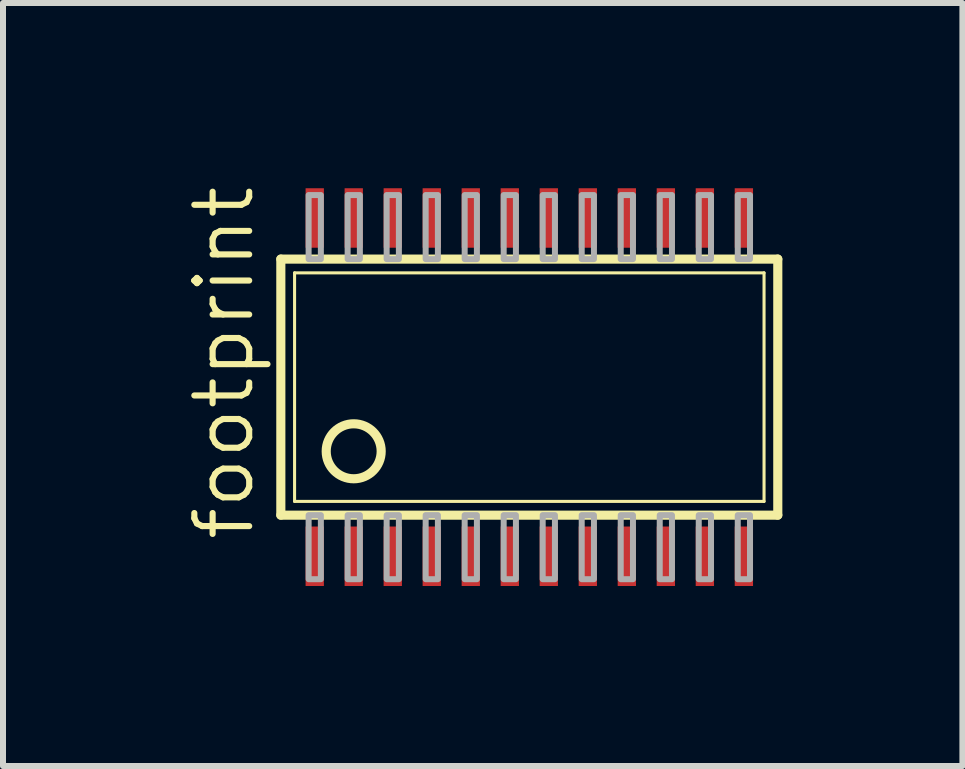
<source format=kicad_pcb>
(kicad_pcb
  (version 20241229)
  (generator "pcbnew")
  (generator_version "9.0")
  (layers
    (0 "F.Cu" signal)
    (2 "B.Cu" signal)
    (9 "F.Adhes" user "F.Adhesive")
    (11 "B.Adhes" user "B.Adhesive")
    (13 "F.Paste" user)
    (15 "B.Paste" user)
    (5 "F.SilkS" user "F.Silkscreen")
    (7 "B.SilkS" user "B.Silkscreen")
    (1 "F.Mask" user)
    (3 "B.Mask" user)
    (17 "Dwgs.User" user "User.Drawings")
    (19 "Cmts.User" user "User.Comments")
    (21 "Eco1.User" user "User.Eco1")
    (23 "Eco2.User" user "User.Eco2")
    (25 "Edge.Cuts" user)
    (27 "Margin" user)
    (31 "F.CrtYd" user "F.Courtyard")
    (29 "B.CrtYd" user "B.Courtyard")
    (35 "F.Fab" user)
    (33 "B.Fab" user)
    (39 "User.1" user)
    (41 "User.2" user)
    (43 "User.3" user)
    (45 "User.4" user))
  (footprint "footprint"
    (layer "F.Cu")
    (at 5.769 3.4)
    (property "Reference" "footprint" (at -4.55 2.6 90) (layer "F.SilkS") (effects (font (size 0.914 0.914) (thickness 0.102)) (justify left bottom)))
    (fp_line (start -4.14 2.133) (end -4.14 -2.133) (stroke (width 0.152) (type solid)) (layer "F.SilkS"))
    (fp_line (start -4.14 2.133) (end 4.14 2.133) (stroke (width 0.152) (type solid)) (layer "F.SilkS"))
    (fp_line (start -3.911 1.904) (end -3.911 -1.904) (stroke (width 0.051) (type solid)) (layer "F.SilkS"))
    (fp_line (start -3.911 1.904) (end 3.911 1.904) (stroke (width 0.051) (type solid)) (layer "F.SilkS"))
    (fp_line (start 3.911 -1.904) (end -3.911 -1.904) (stroke (width 0.051) (type solid)) (layer "F.SilkS"))
    (fp_line (start 3.911 -1.904) (end 3.911 1.904) (stroke (width 0.051) (type solid)) (layer "F.SilkS"))
    (fp_line (start 4.14 -2.133) (end -4.14 -2.133) (stroke (width 0.152) (type solid)) (layer "F.SilkS"))
    (fp_line (start 4.14 -2.133) (end 4.14 2.133) (stroke (width 0.152) (type solid)) (layer "F.SilkS"))
    (fp_circle (center -2.926 1.069) (end -2.468 1.069) (stroke (width 0.152) (type solid)) (fill no) (layer "F.SilkS"))
    (fp_poly (pts (xy -3.677 -2.133) (xy -3.473 -2.133) (xy -3.473 -3.2) (xy -3.677 -3.2)) (stroke (width 0.1) (type solid)) (fill no) (layer "F.Fab"))
    (fp_poly (pts (xy -3.677 3.2) (xy -3.473 3.2) (xy -3.473 2.133) (xy -3.677 2.133)) (stroke (width 0.1) (type solid)) (fill no) (layer "F.Fab"))
    (fp_poly (pts (xy -3.027 -2.133) (xy -2.823 -2.133) (xy -2.823 -3.2) (xy -3.027 -3.2)) (stroke (width 0.1) (type solid)) (fill no) (layer "F.Fab"))
    (fp_poly (pts (xy -3.027 3.2) (xy -2.823 3.2) (xy -2.823 2.133) (xy -3.027 2.133)) (stroke (width 0.1) (type solid)) (fill no) (layer "F.Fab"))
    (fp_poly (pts (xy -2.377 -2.133) (xy -2.173 -2.133) (xy -2.173 -3.2) (xy -2.377 -3.2)) (stroke (width 0.1) (type solid)) (fill no) (layer "F.Fab"))
    (fp_poly (pts (xy -2.377 3.2) (xy -2.173 3.2) (xy -2.173 2.133) (xy -2.377 2.133)) (stroke (width 0.1) (type solid)) (fill no) (layer "F.Fab"))
    (fp_poly (pts (xy -1.727 -2.133) (xy -1.523 -2.133) (xy -1.523 -3.2) (xy -1.727 -3.2)) (stroke (width 0.1) (type solid)) (fill no) (layer "F.Fab"))
    (fp_poly (pts (xy -1.727 3.2) (xy -1.523 3.2) (xy -1.523 2.133) (xy -1.727 2.133)) (stroke (width 0.1) (type solid)) (fill no) (layer "F.Fab"))
    (fp_poly (pts (xy -1.077 -2.133) (xy -0.873 -2.133) (xy -0.873 -3.2) (xy -1.077 -3.2)) (stroke (width 0.1) (type solid)) (fill no) (layer "F.Fab"))
    (fp_poly (pts (xy -1.077 3.2) (xy -0.873 3.2) (xy -0.873 2.133) (xy -1.077 2.133)) (stroke (width 0.1) (type solid)) (fill no) (layer "F.Fab"))
    (fp_poly (pts (xy -0.427 -2.133) (xy -0.223 -2.133) (xy -0.223 -3.2) (xy -0.427 -3.2)) (stroke (width 0.1) (type solid)) (fill no) (layer "F.Fab"))
    (fp_poly (pts (xy -0.427 3.2) (xy -0.223 3.2) (xy -0.223 2.133) (xy -0.427 2.133)) (stroke (width 0.1) (type solid)) (fill no) (layer "F.Fab"))
    (fp_poly (pts (xy 0.223 -2.133) (xy 0.427 -2.133) (xy 0.427 -3.2) (xy 0.223 -3.2)) (stroke (width 0.1) (type solid)) (fill no) (layer "F.Fab"))
    (fp_poly (pts (xy 0.223 3.2) (xy 0.427 3.2) (xy 0.427 2.133) (xy 0.223 2.133)) (stroke (width 0.1) (type solid)) (fill no) (layer "F.Fab"))
    (fp_poly (pts (xy 0.873 -2.133) (xy 1.077 -2.133) (xy 1.077 -3.2) (xy 0.873 -3.2)) (stroke (width 0.1) (type solid)) (fill no) (layer "F.Fab"))
    (fp_poly (pts (xy 0.873 3.2) (xy 1.077 3.2) (xy 1.077 2.133) (xy 0.873 2.133)) (stroke (width 0.1) (type solid)) (fill no) (layer "F.Fab"))
    (fp_poly (pts (xy 1.523 -2.133) (xy 1.727 -2.133) (xy 1.727 -3.2) (xy 1.523 -3.2)) (stroke (width 0.1) (type solid)) (fill no) (layer "F.Fab"))
    (fp_poly (pts (xy 1.523 3.2) (xy 1.727 3.2) (xy 1.727 2.133) (xy 1.523 2.133)) (stroke (width 0.1) (type solid)) (fill no) (layer "F.Fab"))
    (fp_poly (pts (xy 2.173 -2.133) (xy 2.377 -2.133) (xy 2.377 -3.2) (xy 2.173 -3.2)) (stroke (width 0.1) (type solid)) (fill no) (layer "F.Fab"))
    (fp_poly (pts (xy 2.173 3.2) (xy 2.377 3.2) (xy 2.377 2.133) (xy 2.173 2.133)) (stroke (width 0.1) (type solid)) (fill no) (layer "F.Fab"))
    (fp_poly (pts (xy 2.823 3.2) (xy 3.027 3.2) (xy 3.027 2.133) (xy 2.823 2.133)) (stroke (width 0.1) (type solid)) (fill no) (layer "F.Fab"))
    (fp_poly (pts (xy 3.027 -3.2) (xy 2.823 -3.2) (xy 2.823 -2.133) (xy 3.027 -2.133)) (stroke (width 0.1) (type solid)) (fill no) (layer "F.Fab"))
    (fp_poly (pts (xy 3.473 3.2) (xy 3.677 3.2) (xy 3.677 2.133) (xy 3.473 2.133)) (stroke (width 0.1) (type solid)) (fill no) (layer "F.Fab"))
    (fp_poly (pts (xy 3.677 -3.2) (xy 3.473 -3.2) (xy 3.473 -2.133) (xy 3.677 -2.133)) (stroke (width 0.1) (type solid)) (fill no) (layer "F.Fab"))
    (pad "1" smd rect (at -3.575 2.818) (size 0.305 0.991) (layers "F.Cu" "F.Mask" "F.Paste"))
    (pad "2" smd rect (at -2.925 2.818) (size 0.305 0.991) (layers "F.Cu" "F.Mask" "F.Paste"))
    (pad "3" smd rect (at -2.275 2.818) (size 0.305 0.991) (layers "F.Cu" "F.Mask" "F.Paste"))
    (pad "4" smd rect (at -1.625 2.818) (size 0.305 0.991) (layers "F.Cu" "F.Mask" "F.Paste"))
    (pad "5" smd rect (at -0.975 2.818) (size 0.305 0.991) (layers "F.Cu" "F.Mask" "F.Paste"))
    (pad "6" smd rect (at -0.325 2.818) (size 0.305 0.991) (layers "F.Cu" "F.Mask" "F.Paste"))
    (pad "7" smd rect (at 0.325 2.818) (size 0.305 0.991) (layers "F.Cu" "F.Mask" "F.Paste"))
    (pad "8" smd rect (at 0.975 2.818) (size 0.305 0.991) (layers "F.Cu" "F.Mask" "F.Paste"))
    (pad "9" smd rect (at 1.625 2.818) (size 0.305 0.991) (layers "F.Cu" "F.Mask" "F.Paste"))
    (pad "10" smd rect (at 2.275 2.818) (size 0.305 0.991) (layers "F.Cu" "F.Mask" "F.Paste"))
    (pad "11" smd rect (at 2.925 2.818) (size 0.305 0.991) (layers "F.Cu" "F.Mask" "F.Paste"))
    (pad "12" smd rect (at 3.575 2.818) (size 0.305 0.991) (layers "F.Cu" "F.Mask" "F.Paste"))
    (pad "13" smd rect (at 3.575 -2.818 180) (size 0.305 0.991) (layers "F.Cu" "F.Mask" "F.Paste"))
    (pad "14" smd rect (at 2.925 -2.818 180) (size 0.305 0.991) (layers "F.Cu" "F.Mask" "F.Paste"))
    (pad "15" smd rect (at 2.275 -2.818) (size 0.305 0.991) (layers "F.Cu" "F.Mask" "F.Paste"))
    (pad "16" smd rect (at 1.625 -2.818) (size 0.305 0.991) (layers "F.Cu" "F.Mask" "F.Paste"))
    (pad "17" smd rect (at 0.975 -2.818) (size 0.305 0.991) (layers "F.Cu" "F.Mask" "F.Paste"))
    (pad "18" smd rect (at 0.325 -2.818) (size 0.305 0.991) (layers "F.Cu" "F.Mask" "F.Paste"))
    (pad "19" smd rect (at -0.325 -2.818) (size 0.305 0.991) (layers "F.Cu" "F.Mask" "F.Paste"))
    (pad "20" smd rect (at -0.975 -2.818) (size 0.305 0.991) (layers "F.Cu" "F.Mask" "F.Paste"))
    (pad "21" smd rect (at -1.625 -2.818) (size 0.305 0.991) (layers "F.Cu" "F.Mask" "F.Paste"))
    (pad "22" smd rect (at -2.275 -2.818) (size 0.305 0.991) (layers "F.Cu" "F.Mask" "F.Paste"))
    (pad "23" smd rect (at -2.925 -2.818) (size 0.305 0.991) (layers "F.Cu" "F.Mask" "F.Paste"))
    (pad "24" smd rect (at -3.575 -2.818) (size 0.305 0.991) (layers "F.Cu" "F.Mask" "F.Paste")))
  (gr_rect
    (start -3 -3)
    (end 12.985 9.713)
    (stroke (width 0.1) (type default))
    (fill no)
    (layer "Edge.Cuts")))
</source>
